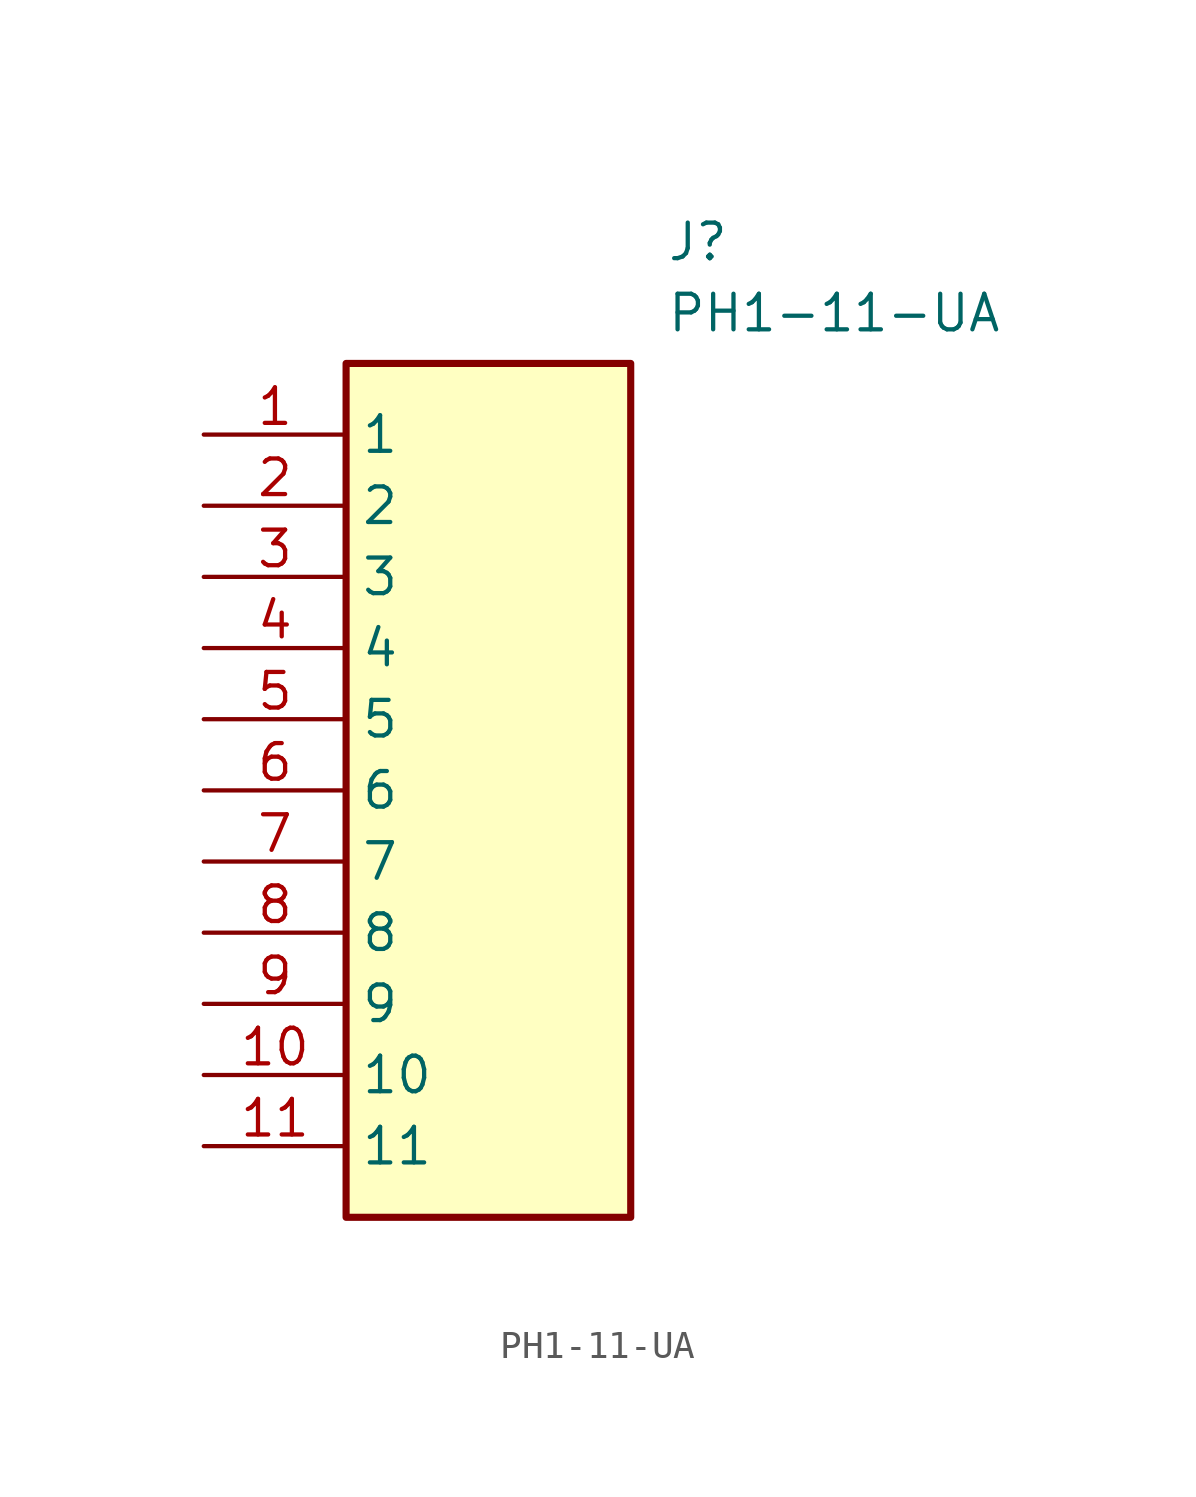
<source format=kicad_sym>
(kicad_symbol_lib
  (version 20211014)
  (generator SamacSys_ECAD_Model)
  (symbol "PH1-11-UA"
    (property "Reference" "J"
      (at 16.51 7.62 0)
      (effects (font (size 1.27 1.27)) (justify left top)))
    (property "Value" "PH1-11-UA"
      (at 16.51 5.08 0)
      (effects (font (size 1.27 1.27)) (justify left top)))
    (rectangle
      (start 5.08 2.54)
      (end 15.24 -27.94)
      (stroke (width 0.254) (type default))
      (fill (type background)))
    (pin passive line
      (at 0 0 0)
      (length 5.08)
      (name "1" (effects (font (size 1.27 1.27))))
      (number "1" (effects (font (size 1.27 1.27)))))
    (pin passive line
      (at 0 -2.54 0)
      (length 5.08)
      (name "2" (effects (font (size 1.27 1.27))))
      (number "2" (effects (font (size 1.27 1.27)))))
    (pin passive line
      (at 0 -5.08 0)
      (length 5.08)
      (name "3" (effects (font (size 1.27 1.27))))
      (number "3" (effects (font (size 1.27 1.27)))))
    (pin passive line
      (at 0 -7.62 0)
      (length 5.08)
      (name "4" (effects (font (size 1.27 1.27))))
      (number "4" (effects (font (size 1.27 1.27)))))
    (pin passive line
      (at 0 -10.16 0)
      (length 5.08)
      (name "5" (effects (font (size 1.27 1.27))))
      (number "5" (effects (font (size 1.27 1.27)))))
    (pin passive line
      (at 0 -12.7 0)
      (length 5.08)
      (name "6" (effects (font (size 1.27 1.27))))
      (number "6" (effects (font (size 1.27 1.27)))))
    (pin passive line
      (at 0 -15.24 0)
      (length 5.08)
      (name "7" (effects (font (size 1.27 1.27))))
      (number "7" (effects (font (size 1.27 1.27)))))
    (pin passive line
      (at 0 -17.78 0)
      (length 5.08)
      (name "8" (effects (font (size 1.27 1.27))))
      (number "8" (effects (font (size 1.27 1.27)))))
    (pin passive line
      (at 0 -20.32 0)
      (length 5.08)
      (name "9" (effects (font (size 1.27 1.27))))
      (number "9" (effects (font (size 1.27 1.27)))))
    (pin passive line
      (at 0 -22.86 0)
      (length 5.08)
      (name "10" (effects (font (size 1.27 1.27))))
      (number "10" (effects (font (size 1.27 1.27)))))
    (pin passive line
      (at 0 -25.4 0)
      (length 5.08)
      (name "11" (effects (font (size 1.27 1.27))))
      (number "11" (effects (font (size 1.27 1.27)))))))
</source>
